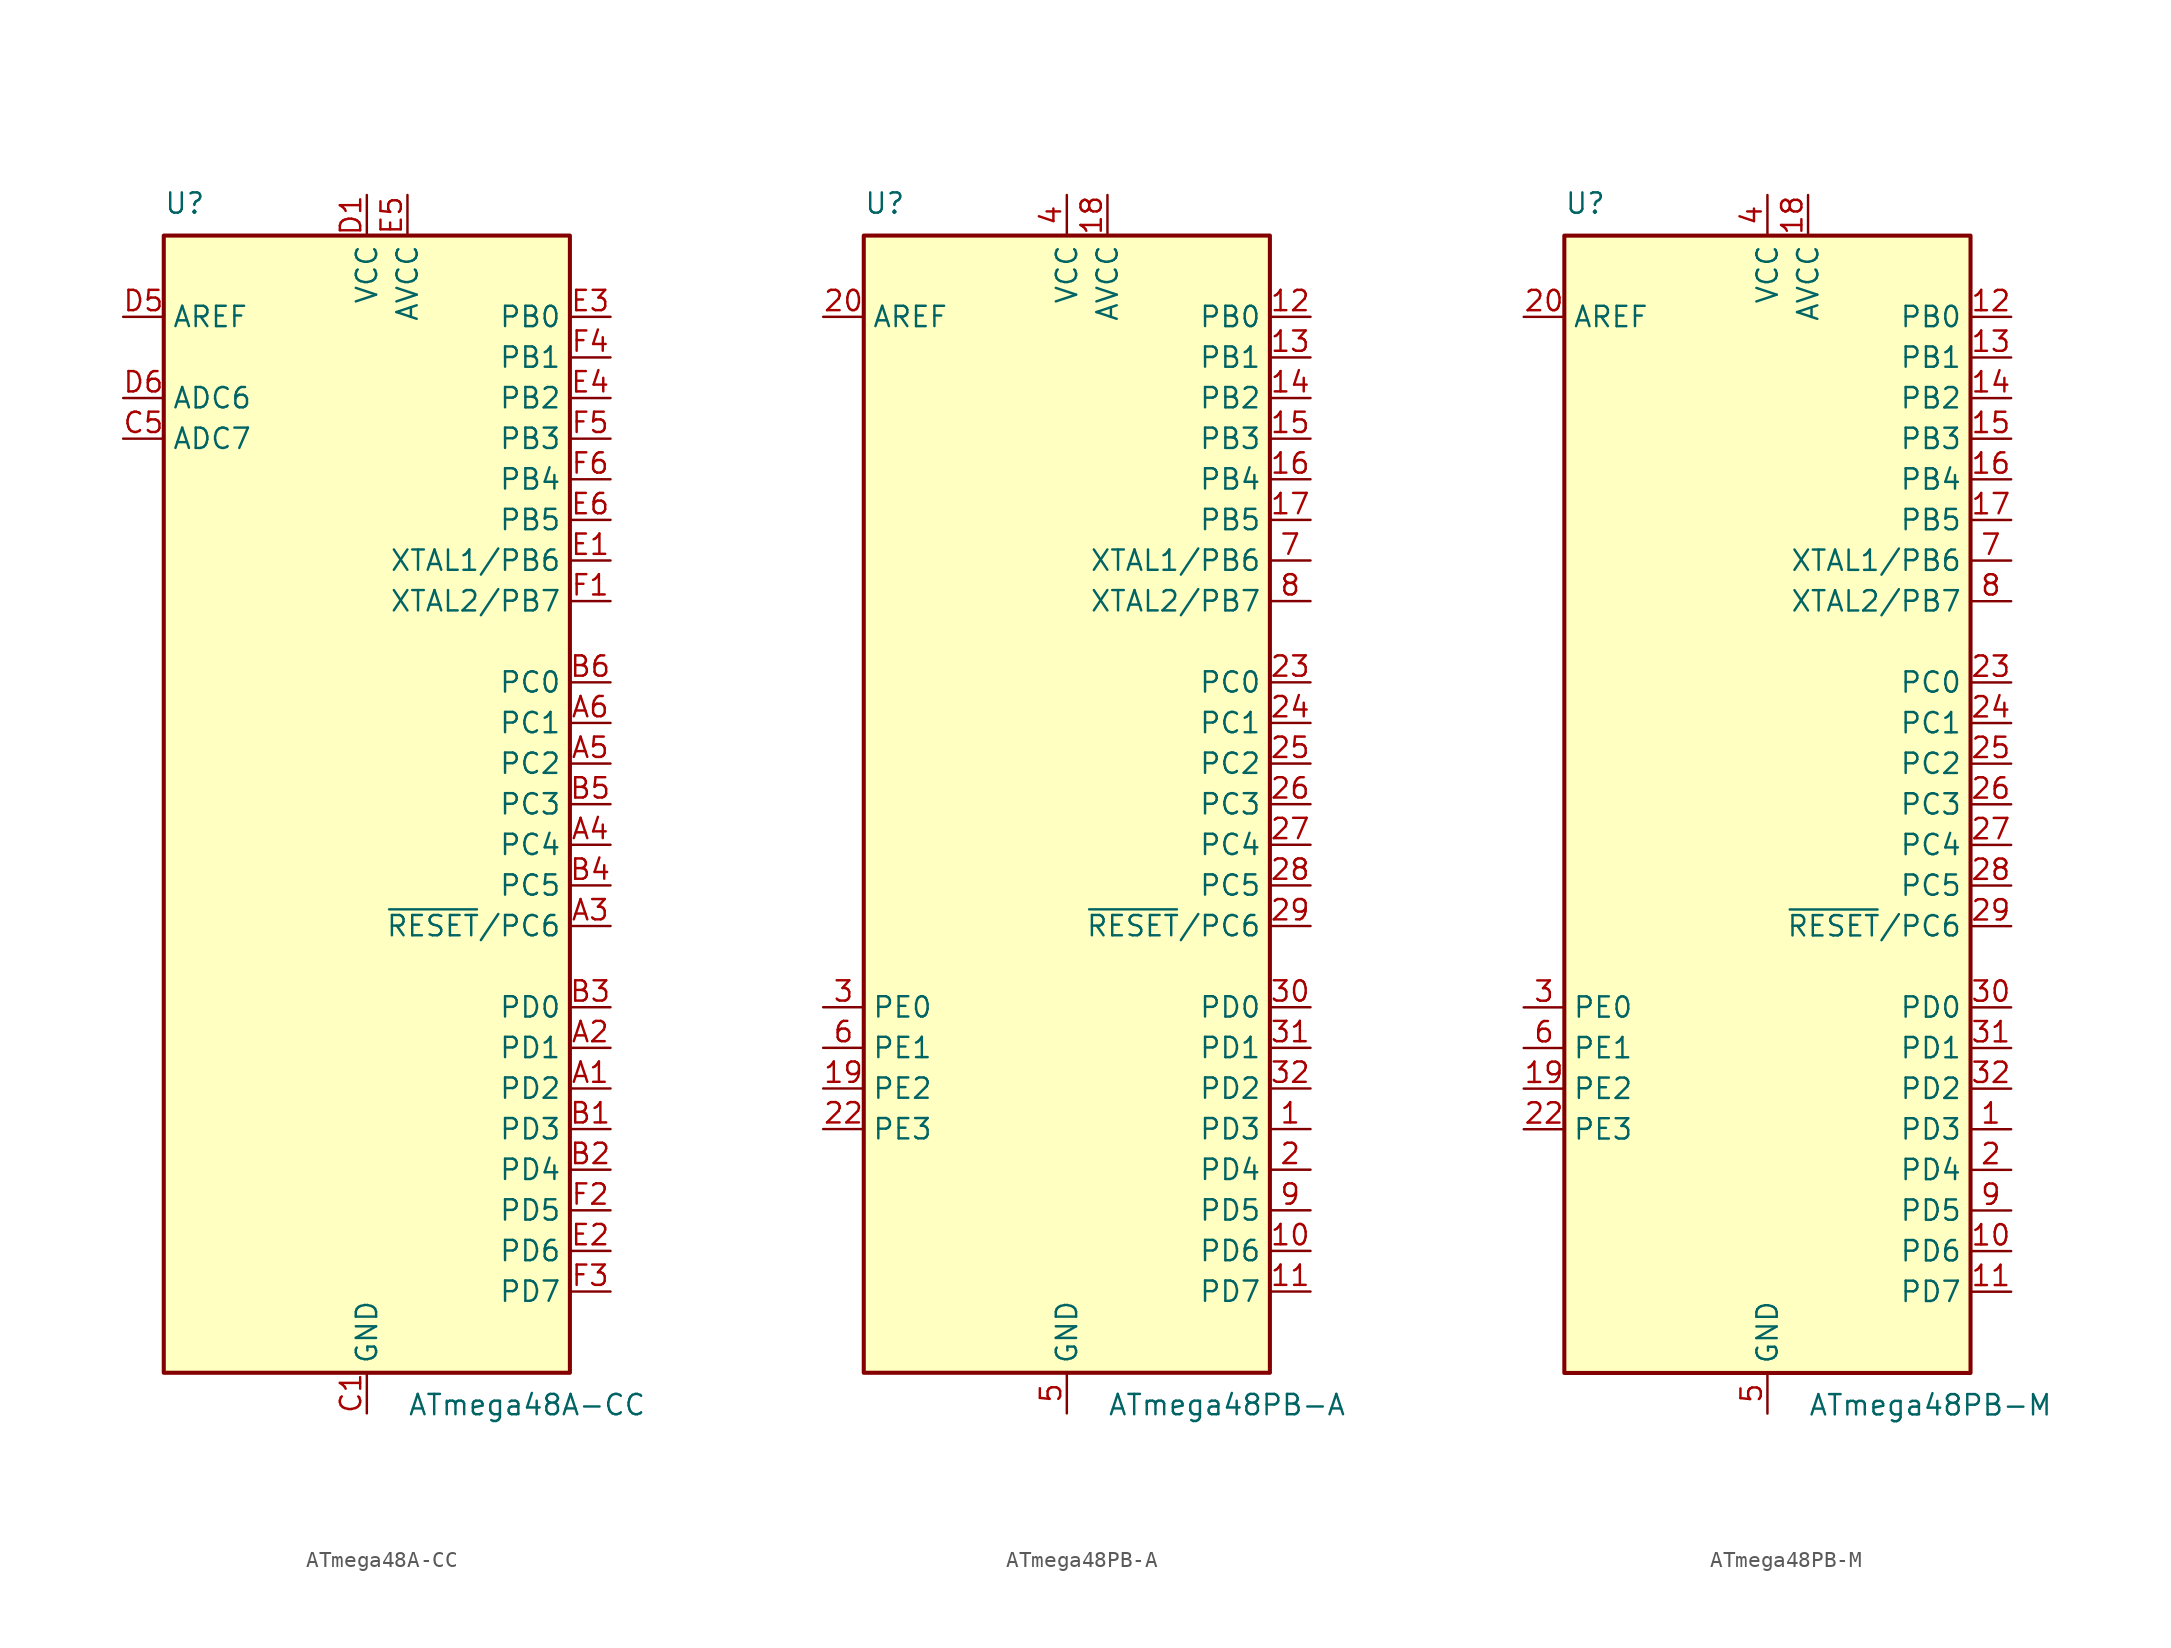
<source format=kicad_sym>
(kicad_symbol_lib
  (version 20241209)
  (generator "kicad_symbol_editor")
  (generator_version "9.0")
  (symbol "ATmega48A-CC"
    (property "Reference" "U"
      (at -12.7 36.83 0)
      (effects (font (size 1.27 1.27)) (justify left bottom)))
    (property "Value" "ATmega48A-CC"
      (at 2.54 -36.83 0)
      (effects (font (size 1.27 1.27)) (justify left top)))
    (symbol "ATmega48A-CC_0_1"
      (rectangle (start -12.7 -35.56) (end 12.7 35.56) (stroke (width 0.254) (type default)) (fill (type background))))
    (symbol "ATmega48A-CC_1_1"
      (pin passive line (at -15.24 30.48 0) (length 2.54) (name "AREF" (effects (font (size 1.27 1.27)))) (number "D5" (effects (font (size 1.27 1.27)))))
      (pin input line (at -15.24 25.4 0) (length 2.54) (name "ADC6" (effects (font (size 1.27 1.27)))) (number "D6" (effects (font (size 1.27 1.27)))))
      (pin input line (at -15.24 22.86 0) (length 2.54) (name "ADC7" (effects (font (size 1.27 1.27)))) (number "C5" (effects (font (size 1.27 1.27)))))
      (pin power_in line (at 0 38.1 270) (length 2.54) (name "VCC" (effects (font (size 1.27 1.27)))) (number "D1" (effects (font (size 1.27 1.27)))))
      (pin passive line (at 0 38.1 270) (length 2.54) (hide yes) (name "VCC" (effects (font (size 1.27 1.27)))) (number "D2" (effects (font (size 1.27 1.27)))))
      (pin power_in line (at 0 -38.1 90) (length 2.54) (name "GND" (effects (font (size 1.27 1.27)))) (number "C1" (effects (font (size 1.27 1.27)))))
      (pin passive line (at 0 -38.1 90) (length 2.54) (hide yes) (name "GND" (effects (font (size 1.27 1.27)))) (number "C2" (effects (font (size 1.27 1.27)))))
      (pin passive line (at 0 -38.1 90) (length 2.54) (hide yes) (name "GND" (effects (font (size 1.27 1.27)))) (number "C6" (effects (font (size 1.27 1.27)))))
      (pin power_in line (at 2.54 38.1 270) (length 2.54) (name "AVCC" (effects (font (size 1.27 1.27)))) (number "E5" (effects (font (size 1.27 1.27)))))
      (pin bidirectional line (at 15.24 30.48 180) (length 2.54) (name "PB0" (effects (font (size 1.27 1.27)))) (number "E3" (effects (font (size 1.27 1.27)))))
      (pin bidirectional line (at 15.24 27.94 180) (length 2.54) (name "PB1" (effects (font (size 1.27 1.27)))) (number "F4" (effects (font (size 1.27 1.27)))))
      (pin bidirectional line (at 15.24 25.4 180) (length 2.54) (name "PB2" (effects (font (size 1.27 1.27)))) (number "E4" (effects (font (size 1.27 1.27)))))
      (pin bidirectional line (at 15.24 22.86 180) (length 2.54) (name "PB3" (effects (font (size 1.27 1.27)))) (number "F5" (effects (font (size 1.27 1.27)))))
      (pin bidirectional line (at 15.24 20.32 180) (length 2.54) (name "PB4" (effects (font (size 1.27 1.27)))) (number "F6" (effects (font (size 1.27 1.27)))))
      (pin bidirectional line (at 15.24 17.78 180) (length 2.54) (name "PB5" (effects (font (size 1.27 1.27)))) (number "E6" (effects (font (size 1.27 1.27)))))
      (pin bidirectional line (at 15.24 15.24 180) (length 2.54) (name "XTAL1/PB6" (effects (font (size 1.27 1.27)))) (number "E1" (effects (font (size 1.27 1.27)))))
      (pin bidirectional line (at 15.24 12.7 180) (length 2.54) (name "XTAL2/PB7" (effects (font (size 1.27 1.27)))) (number "F1" (effects (font (size 1.27 1.27)))))
      (pin bidirectional line (at 15.24 7.62 180) (length 2.54) (name "PC0" (effects (font (size 1.27 1.27)))) (number "B6" (effects (font (size 1.27 1.27)))))
      (pin bidirectional line (at 15.24 5.08 180) (length 2.54) (name "PC1" (effects (font (size 1.27 1.27)))) (number "A6" (effects (font (size 1.27 1.27)))))
      (pin bidirectional line (at 15.24 2.54 180) (length 2.54) (name "PC2" (effects (font (size 1.27 1.27)))) (number "A5" (effects (font (size 1.27 1.27)))))
      (pin bidirectional line (at 15.24 0 180) (length 2.54) (name "PC3" (effects (font (size 1.27 1.27)))) (number "B5" (effects (font (size 1.27 1.27)))))
      (pin bidirectional line (at 15.24 -2.54 180) (length 2.54) (name "PC4" (effects (font (size 1.27 1.27)))) (number "A4" (effects (font (size 1.27 1.27)))))
      (pin bidirectional line (at 15.24 -5.08 180) (length 2.54) (name "PC5" (effects (font (size 1.27 1.27)))) (number "B4" (effects (font (size 1.27 1.27)))))
      (pin bidirectional line (at 15.24 -7.62 180) (length 2.54) (name "~{RESET}/PC6" (effects (font (size 1.27 1.27)))) (number "A3" (effects (font (size 1.27 1.27)))))
      (pin bidirectional line (at 15.24 -12.7 180) (length 2.54) (name "PD0" (effects (font (size 1.27 1.27)))) (number "B3" (effects (font (size 1.27 1.27)))))
      (pin bidirectional line (at 15.24 -15.24 180) (length 2.54) (name "PD1" (effects (font (size 1.27 1.27)))) (number "A2" (effects (font (size 1.27 1.27)))))
      (pin bidirectional line (at 15.24 -17.78 180) (length 2.54) (name "PD2" (effects (font (size 1.27 1.27)))) (number "A1" (effects (font (size 1.27 1.27)))))
      (pin bidirectional line (at 15.24 -20.32 180) (length 2.54) (name "PD3" (effects (font (size 1.27 1.27)))) (number "B1" (effects (font (size 1.27 1.27)))))
      (pin bidirectional line (at 15.24 -22.86 180) (length 2.54) (name "PD4" (effects (font (size 1.27 1.27)))) (number "B2" (effects (font (size 1.27 1.27)))))
      (pin bidirectional line (at 15.24 -25.4 180) (length 2.54) (name "PD5" (effects (font (size 1.27 1.27)))) (number "F2" (effects (font (size 1.27 1.27)))))
      (pin bidirectional line (at 15.24 -27.94 180) (length 2.54) (name "PD6" (effects (font (size 1.27 1.27)))) (number "E2" (effects (font (size 1.27 1.27)))))
      (pin bidirectional line (at 15.24 -30.48 180) (length 2.54) (name "PD7" (effects (font (size 1.27 1.27)))) (number "F3" (effects (font (size 1.27 1.27)))))))
  (symbol "ATmega48PB-A"
    (property "Reference" "U"
      (at -12.7 36.83 0)
      (effects (font (size 1.27 1.27)) (justify left bottom)))
    (property "Value" "ATmega48PB-A"
      (at 2.54 -36.83 0)
      (effects (font (size 1.27 1.27)) (justify left top)))
    (symbol "ATmega48PB-A_0_1"
      (rectangle (start -12.7 -35.56) (end 12.7 35.56) (stroke (width 0.254) (type default)) (fill (type background))))
    (symbol "ATmega48PB-A_1_1"
      (pin passive line (at -15.24 30.48 0) (length 2.54) (name "AREF" (effects (font (size 1.27 1.27)))) (number "20" (effects (font (size 1.27 1.27)))))
      (pin bidirectional line (at -15.24 -12.7 0) (length 2.54) (name "PE0" (effects (font (size 1.27 1.27)))) (number "3" (effects (font (size 1.27 1.27)))))
      (pin bidirectional line (at -15.24 -15.24 0) (length 2.54) (name "PE1" (effects (font (size 1.27 1.27)))) (number "6" (effects (font (size 1.27 1.27)))))
      (pin bidirectional line (at -15.24 -17.78 0) (length 2.54) (name "PE2" (effects (font (size 1.27 1.27)))) (number "19" (effects (font (size 1.27 1.27)))))
      (pin bidirectional line (at -15.24 -20.32 0) (length 2.54) (name "PE3" (effects (font (size 1.27 1.27)))) (number "22" (effects (font (size 1.27 1.27)))))
      (pin power_in line (at 0 38.1 270) (length 2.54) (name "VCC" (effects (font (size 1.27 1.27)))) (number "4" (effects (font (size 1.27 1.27)))))
      (pin passive line (at 0 -38.1 90) (length 2.54) (hide yes) (name "GND" (effects (font (size 1.27 1.27)))) (number "21" (effects (font (size 1.27 1.27)))))
      (pin power_in line (at 0 -38.1 90) (length 2.54) (name "GND" (effects (font (size 1.27 1.27)))) (number "5" (effects (font (size 1.27 1.27)))))
      (pin power_in line (at 2.54 38.1 270) (length 2.54) (name "AVCC" (effects (font (size 1.27 1.27)))) (number "18" (effects (font (size 1.27 1.27)))))
      (pin bidirectional line (at 15.24 30.48 180) (length 2.54) (name "PB0" (effects (font (size 1.27 1.27)))) (number "12" (effects (font (size 1.27 1.27)))))
      (pin bidirectional line (at 15.24 27.94 180) (length 2.54) (name "PB1" (effects (font (size 1.27 1.27)))) (number "13" (effects (font (size 1.27 1.27)))))
      (pin bidirectional line (at 15.24 25.4 180) (length 2.54) (name "PB2" (effects (font (size 1.27 1.27)))) (number "14" (effects (font (size 1.27 1.27)))))
      (pin bidirectional line (at 15.24 22.86 180) (length 2.54) (name "PB3" (effects (font (size 1.27 1.27)))) (number "15" (effects (font (size 1.27 1.27)))))
      (pin bidirectional line (at 15.24 20.32 180) (length 2.54) (name "PB4" (effects (font (size 1.27 1.27)))) (number "16" (effects (font (size 1.27 1.27)))))
      (pin bidirectional line (at 15.24 17.78 180) (length 2.54) (name "PB5" (effects (font (size 1.27 1.27)))) (number "17" (effects (font (size 1.27 1.27)))))
      (pin bidirectional line (at 15.24 15.24 180) (length 2.54) (name "XTAL1/PB6" (effects (font (size 1.27 1.27)))) (number "7" (effects (font (size 1.27 1.27)))))
      (pin bidirectional line (at 15.24 12.7 180) (length 2.54) (name "XTAL2/PB7" (effects (font (size 1.27 1.27)))) (number "8" (effects (font (size 1.27 1.27)))))
      (pin bidirectional line (at 15.24 7.62 180) (length 2.54) (name "PC0" (effects (font (size 1.27 1.27)))) (number "23" (effects (font (size 1.27 1.27)))))
      (pin bidirectional line (at 15.24 5.08 180) (length 2.54) (name "PC1" (effects (font (size 1.27 1.27)))) (number "24" (effects (font (size 1.27 1.27)))))
      (pin bidirectional line (at 15.24 2.54 180) (length 2.54) (name "PC2" (effects (font (size 1.27 1.27)))) (number "25" (effects (font (size 1.27 1.27)))))
      (pin bidirectional line (at 15.24 0 180) (length 2.54) (name "PC3" (effects (font (size 1.27 1.27)))) (number "26" (effects (font (size 1.27 1.27)))))
      (pin bidirectional line (at 15.24 -2.54 180) (length 2.54) (name "PC4" (effects (font (size 1.27 1.27)))) (number "27" (effects (font (size 1.27 1.27)))))
      (pin bidirectional line (at 15.24 -5.08 180) (length 2.54) (name "PC5" (effects (font (size 1.27 1.27)))) (number "28" (effects (font (size 1.27 1.27)))))
      (pin bidirectional line (at 15.24 -7.62 180) (length 2.54) (name "~{RESET}/PC6" (effects (font (size 1.27 1.27)))) (number "29" (effects (font (size 1.27 1.27)))))
      (pin bidirectional line (at 15.24 -12.7 180) (length 2.54) (name "PD0" (effects (font (size 1.27 1.27)))) (number "30" (effects (font (size 1.27 1.27)))))
      (pin bidirectional line (at 15.24 -15.24 180) (length 2.54) (name "PD1" (effects (font (size 1.27 1.27)))) (number "31" (effects (font (size 1.27 1.27)))))
      (pin bidirectional line (at 15.24 -17.78 180) (length 2.54) (name "PD2" (effects (font (size 1.27 1.27)))) (number "32" (effects (font (size 1.27 1.27)))))
      (pin bidirectional line (at 15.24 -20.32 180) (length 2.54) (name "PD3" (effects (font (size 1.27 1.27)))) (number "1" (effects (font (size 1.27 1.27)))))
      (pin bidirectional line (at 15.24 -22.86 180) (length 2.54) (name "PD4" (effects (font (size 1.27 1.27)))) (number "2" (effects (font (size 1.27 1.27)))))
      (pin bidirectional line (at 15.24 -25.4 180) (length 2.54) (name "PD5" (effects (font (size 1.27 1.27)))) (number "9" (effects (font (size 1.27 1.27)))))
      (pin bidirectional line (at 15.24 -27.94 180) (length 2.54) (name "PD6" (effects (font (size 1.27 1.27)))) (number "10" (effects (font (size 1.27 1.27)))))
      (pin bidirectional line (at 15.24 -30.48 180) (length 2.54) (name "PD7" (effects (font (size 1.27 1.27)))) (number "11" (effects (font (size 1.27 1.27)))))))
  (symbol "ATmega48PB-M"
    (property "Reference" "U"
      (at -12.7 36.83 0)
      (effects (font (size 1.27 1.27)) (justify left bottom)))
    (property "Value" "ATmega48PB-M"
      (at 2.54 -36.83 0)
      (effects (font (size 1.27 1.27)) (justify left top)))
    (symbol "ATmega48PB-M_0_1"
      (rectangle (start -12.7 -35.56) (end 12.7 35.56) (stroke (width 0.254) (type default)) (fill (type background))))
    (symbol "ATmega48PB-M_1_1"
      (pin passive line (at -15.24 30.48 0) (length 2.54) (name "AREF" (effects (font (size 1.27 1.27)))) (number "20" (effects (font (size 1.27 1.27)))))
      (pin bidirectional line (at -15.24 -12.7 0) (length 2.54) (name "PE0" (effects (font (size 1.27 1.27)))) (number "3" (effects (font (size 1.27 1.27)))))
      (pin bidirectional line (at -15.24 -15.24 0) (length 2.54) (name "PE1" (effects (font (size 1.27 1.27)))) (number "6" (effects (font (size 1.27 1.27)))))
      (pin bidirectional line (at -15.24 -17.78 0) (length 2.54) (name "PE2" (effects (font (size 1.27 1.27)))) (number "19" (effects (font (size 1.27 1.27)))))
      (pin bidirectional line (at -15.24 -20.32 0) (length 2.54) (name "PE3" (effects (font (size 1.27 1.27)))) (number "22" (effects (font (size 1.27 1.27)))))
      (pin power_in line (at 0 38.1 270) (length 2.54) (name "VCC" (effects (font (size 1.27 1.27)))) (number "4" (effects (font (size 1.27 1.27)))))
      (pin passive line (at 0 -38.1 90) (length 2.54) (hide yes) (name "GND" (effects (font (size 1.27 1.27)))) (number "21" (effects (font (size 1.27 1.27)))))
      (pin passive line (at 0 -38.1 90) (length 2.54) (hide yes) (name "GND" (effects (font (size 1.27 1.27)))) (number "33" (effects (font (size 1.27 1.27)))))
      (pin power_in line (at 0 -38.1 90) (length 2.54) (name "GND" (effects (font (size 1.27 1.27)))) (number "5" (effects (font (size 1.27 1.27)))))
      (pin power_in line (at 2.54 38.1 270) (length 2.54) (name "AVCC" (effects (font (size 1.27 1.27)))) (number "18" (effects (font (size 1.27 1.27)))))
      (pin bidirectional line (at 15.24 30.48 180) (length 2.54) (name "PB0" (effects (font (size 1.27 1.27)))) (number "12" (effects (font (size 1.27 1.27)))))
      (pin bidirectional line (at 15.24 27.94 180) (length 2.54) (name "PB1" (effects (font (size 1.27 1.27)))) (number "13" (effects (font (size 1.27 1.27)))))
      (pin bidirectional line (at 15.24 25.4 180) (length 2.54) (name "PB2" (effects (font (size 1.27 1.27)))) (number "14" (effects (font (size 1.27 1.27)))))
      (pin bidirectional line (at 15.24 22.86 180) (length 2.54) (name "PB3" (effects (font (size 1.27 1.27)))) (number "15" (effects (font (size 1.27 1.27)))))
      (pin bidirectional line (at 15.24 20.32 180) (length 2.54) (name "PB4" (effects (font (size 1.27 1.27)))) (number "16" (effects (font (size 1.27 1.27)))))
      (pin bidirectional line (at 15.24 17.78 180) (length 2.54) (name "PB5" (effects (font (size 1.27 1.27)))) (number "17" (effects (font (size 1.27 1.27)))))
      (pin bidirectional line (at 15.24 15.24 180) (length 2.54) (name "XTAL1/PB6" (effects (font (size 1.27 1.27)))) (number "7" (effects (font (size 1.27 1.27)))))
      (pin bidirectional line (at 15.24 12.7 180) (length 2.54) (name "XTAL2/PB7" (effects (font (size 1.27 1.27)))) (number "8" (effects (font (size 1.27 1.27)))))
      (pin bidirectional line (at 15.24 7.62 180) (length 2.54) (name "PC0" (effects (font (size 1.27 1.27)))) (number "23" (effects (font (size 1.27 1.27)))))
      (pin bidirectional line (at 15.24 5.08 180) (length 2.54) (name "PC1" (effects (font (size 1.27 1.27)))) (number "24" (effects (font (size 1.27 1.27)))))
      (pin bidirectional line (at 15.24 2.54 180) (length 2.54) (name "PC2" (effects (font (size 1.27 1.27)))) (number "25" (effects (font (size 1.27 1.27)))))
      (pin bidirectional line (at 15.24 0 180) (length 2.54) (name "PC3" (effects (font (size 1.27 1.27)))) (number "26" (effects (font (size 1.27 1.27)))))
      (pin bidirectional line (at 15.24 -2.54 180) (length 2.54) (name "PC4" (effects (font (size 1.27 1.27)))) (number "27" (effects (font (size 1.27 1.27)))))
      (pin bidirectional line (at 15.24 -5.08 180) (length 2.54) (name "PC5" (effects (font (size 1.27 1.27)))) (number "28" (effects (font (size 1.27 1.27)))))
      (pin bidirectional line (at 15.24 -7.62 180) (length 2.54) (name "~{RESET}/PC6" (effects (font (size 1.27 1.27)))) (number "29" (effects (font (size 1.27 1.27)))))
      (pin bidirectional line (at 15.24 -12.7 180) (length 2.54) (name "PD0" (effects (font (size 1.27 1.27)))) (number "30" (effects (font (size 1.27 1.27)))))
      (pin bidirectional line (at 15.24 -15.24 180) (length 2.54) (name "PD1" (effects (font (size 1.27 1.27)))) (number "31" (effects (font (size 1.27 1.27)))))
      (pin bidirectional line (at 15.24 -17.78 180) (length 2.54) (name "PD2" (effects (font (size 1.27 1.27)))) (number "32" (effects (font (size 1.27 1.27)))))
      (pin bidirectional line (at 15.24 -20.32 180) (length 2.54) (name "PD3" (effects (font (size 1.27 1.27)))) (number "1" (effects (font (size 1.27 1.27)))))
      (pin bidirectional line (at 15.24 -22.86 180) (length 2.54) (name "PD4" (effects (font (size 1.27 1.27)))) (number "2" (effects (font (size 1.27 1.27)))))
      (pin bidirectional line (at 15.24 -25.4 180) (length 2.54) (name "PD5" (effects (font (size 1.27 1.27)))) (number "9" (effects (font (size 1.27 1.27)))))
      (pin bidirectional line (at 15.24 -27.94 180) (length 2.54) (name "PD6" (effects (font (size 1.27 1.27)))) (number "10" (effects (font (size 1.27 1.27)))))
      (pin bidirectional line (at 15.24 -30.48 180) (length 2.54) (name "PD7" (effects (font (size 1.27 1.27)))) (number "11" (effects (font (size 1.27 1.27))))))))
</source>
